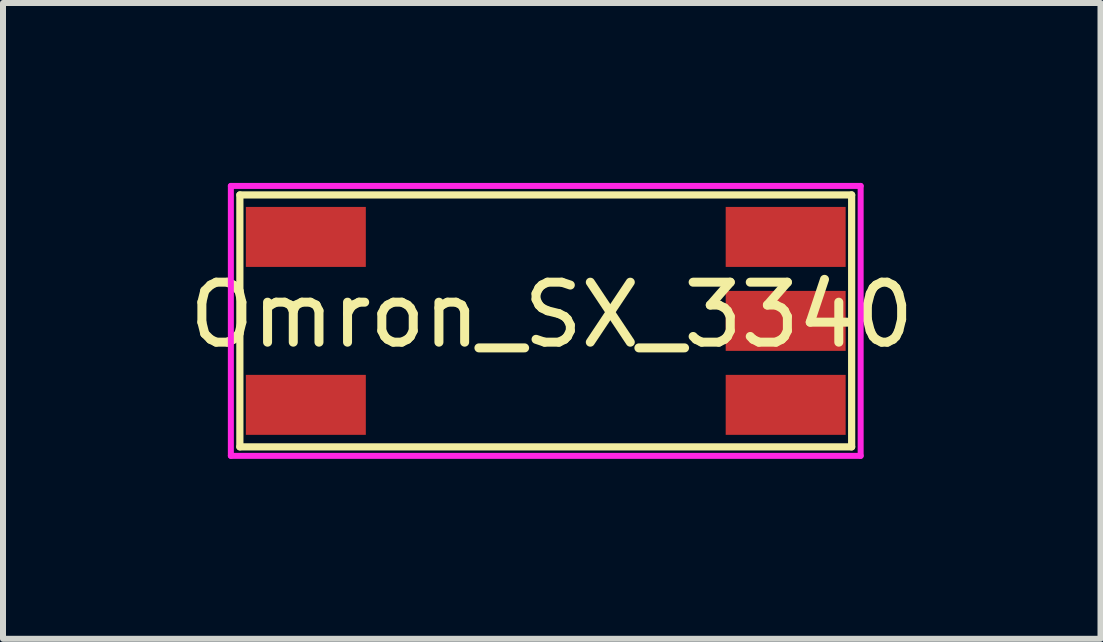
<source format=kicad_pcb>
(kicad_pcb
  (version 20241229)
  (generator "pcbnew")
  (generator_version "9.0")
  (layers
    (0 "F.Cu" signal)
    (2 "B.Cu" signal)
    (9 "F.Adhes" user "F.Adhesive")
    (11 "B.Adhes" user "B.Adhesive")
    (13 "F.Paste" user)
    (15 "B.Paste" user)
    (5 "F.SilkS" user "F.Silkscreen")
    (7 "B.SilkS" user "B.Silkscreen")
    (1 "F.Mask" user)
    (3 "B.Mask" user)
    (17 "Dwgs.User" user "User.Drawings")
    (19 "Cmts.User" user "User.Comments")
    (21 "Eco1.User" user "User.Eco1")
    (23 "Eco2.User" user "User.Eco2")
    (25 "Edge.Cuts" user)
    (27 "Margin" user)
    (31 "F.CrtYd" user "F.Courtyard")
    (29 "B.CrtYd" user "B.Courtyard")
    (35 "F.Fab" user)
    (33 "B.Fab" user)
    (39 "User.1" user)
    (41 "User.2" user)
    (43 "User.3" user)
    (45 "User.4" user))
  (footprint "Omron_SX_3340"
    (layer "F.Cu")
    (at 6.049 2.3)
    (property "Reference" "Omron_SX_3340" (at 0.1 -0.1 0) (layer "F.SilkS") (effects (font (size 1 1) (thickness 0.15))))
    (attr through_hole)
    (fp_line (start -5.1 -2.1) (end 5.1 -2.1) (stroke (width 0.12) (type solid)) (layer "F.SilkS"))
    (fp_line (start -5.1 2.1) (end -5.1 -2.1) (stroke (width 0.12) (type solid)) (layer "F.SilkS"))
    (fp_line (start 5.1 -2.1) (end 5.1 2.1) (stroke (width 0.12) (type solid)) (layer "F.SilkS"))
    (fp_line (start 5.1 2.1) (end -5.1 2.1) (stroke (width 0.12) (type solid)) (layer "F.SilkS"))
    (fp_line (start -5.25 -2.25) (end -5.25 2.25) (stroke (width 0.1) (type solid)) (layer "F.CrtYd"))
    (fp_line (start 5.25 -2.25) (end -5.25 -2.25) (stroke (width 0.1) (type solid)) (layer "F.CrtYd"))
    (fp_line (start 5.25 -2.25) (end 5.25 2.25) (stroke (width 0.1) (type solid)) (layer "F.CrtYd"))
    (fp_line (start 5.25 2.25) (end -5.25 2.25) (stroke (width 0.1) (type solid)) (layer "F.CrtYd"))
    (pad "1" smd rect (at -4 -1.4) (size 2 1) (layers "F.Cu" "F.Mask" "F.Paste"))
    (pad "2" smd rect (at -4 1.4) (size 2 1) (layers "F.Cu" "F.Mask" "F.Paste"))
    (pad "3" smd rect (at 4 1.4) (size 2 1) (layers "F.Cu" "F.Mask" "F.Paste"))
    (pad "4" smd rect (at 4 0) (size 2 1) (layers "F.Cu" "F.Mask" "F.Paste"))
    (pad "5" smd rect (at 4 -1.4) (size 2 1) (layers "F.Cu" "F.Mask" "F.Paste")))
  (gr_rect
    (start -3 -3)
    (end 15.298 7.6)
    (stroke (width 0.1) (type default))
    (fill no)
    (layer "Edge.Cuts")))
</source>
